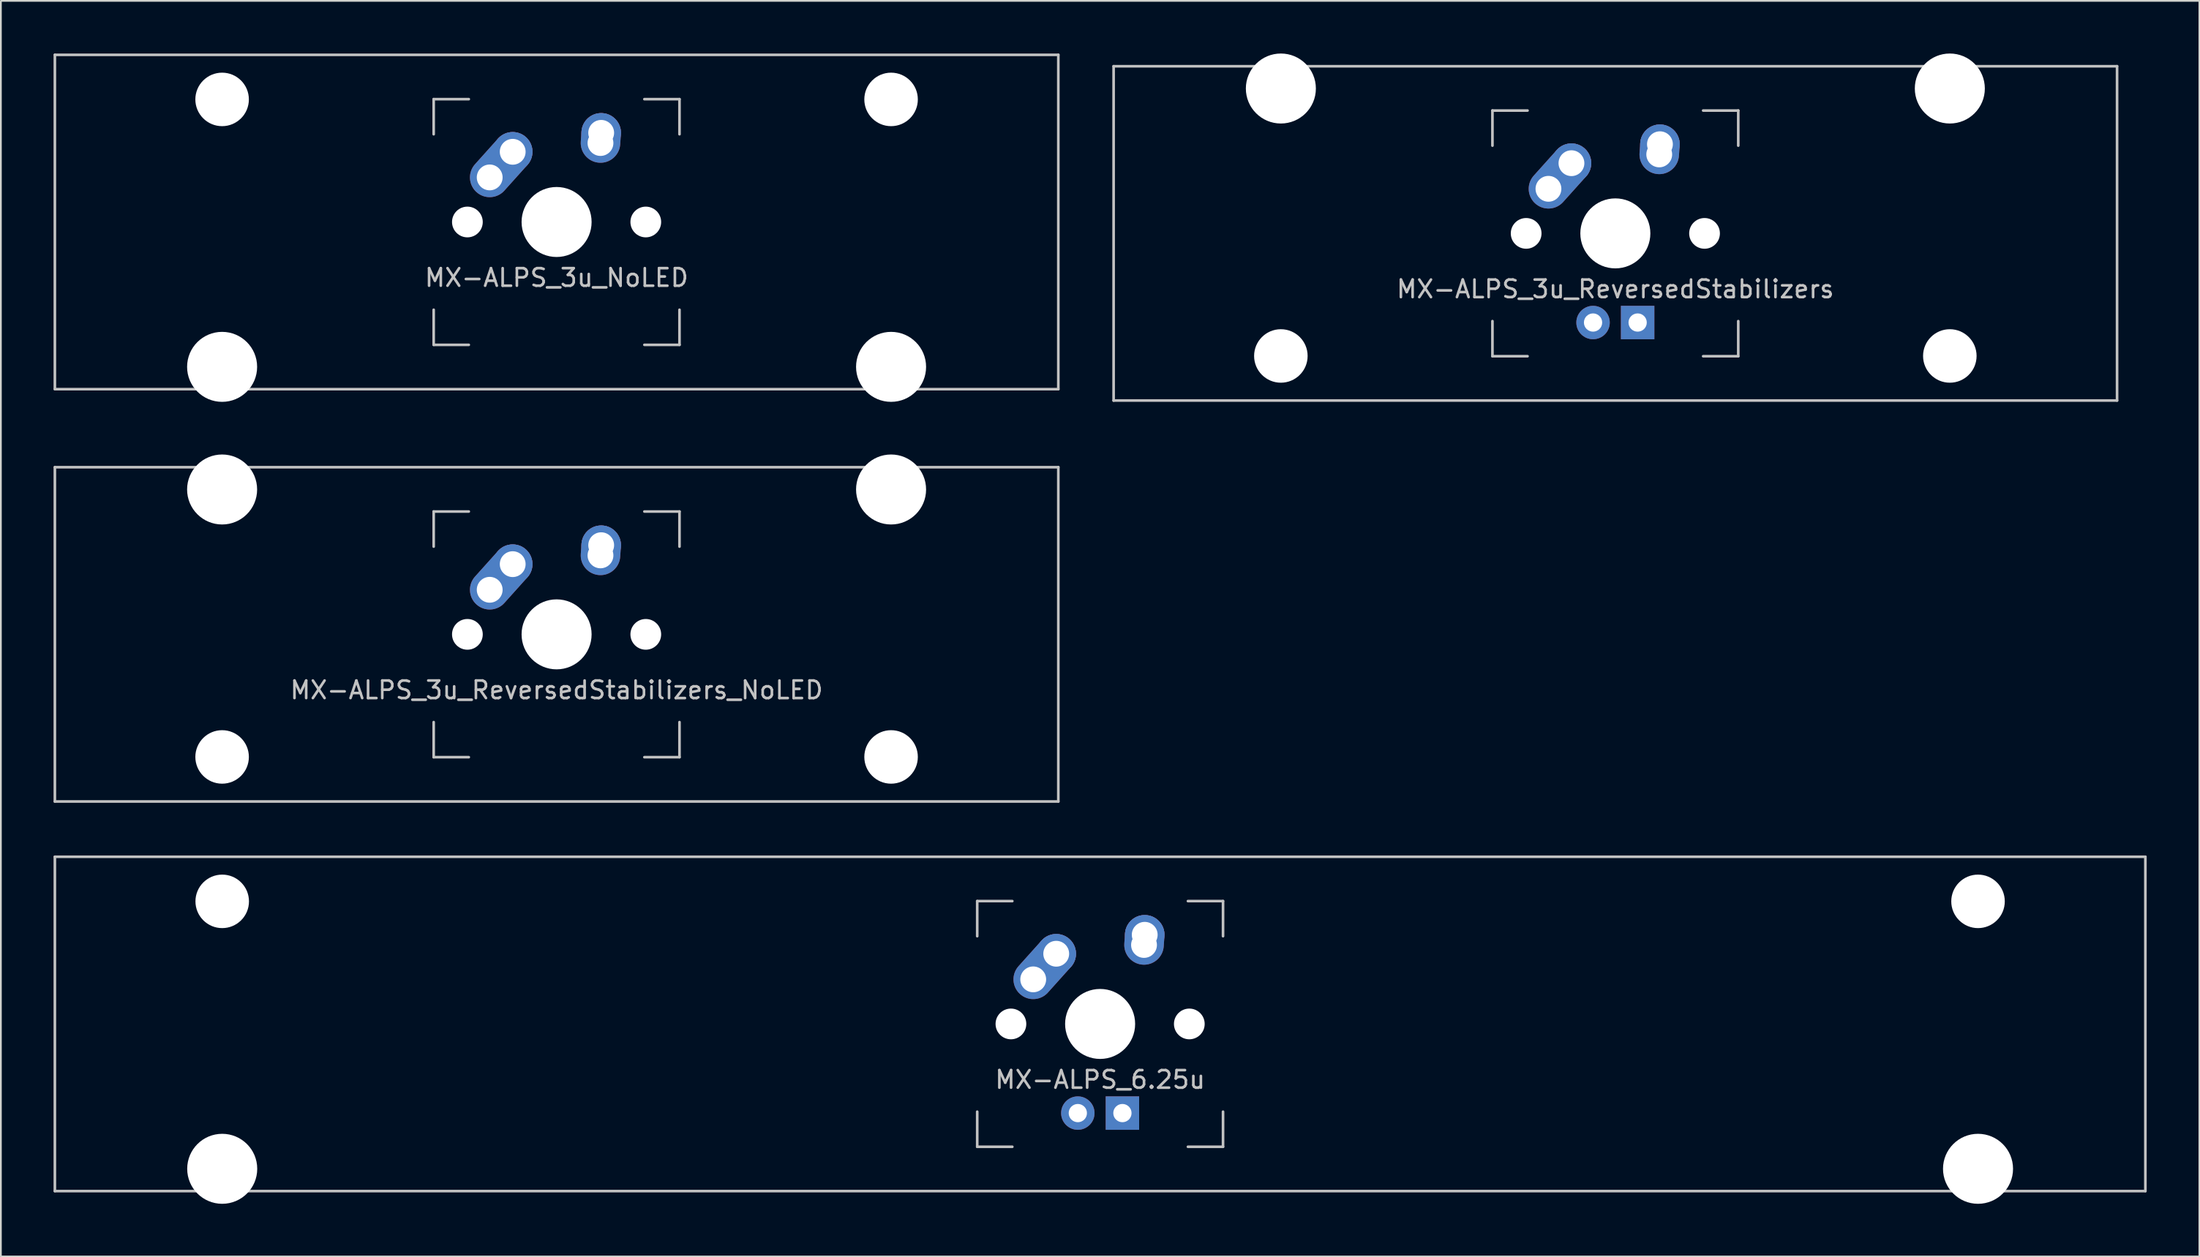
<source format=kicad_pcb>
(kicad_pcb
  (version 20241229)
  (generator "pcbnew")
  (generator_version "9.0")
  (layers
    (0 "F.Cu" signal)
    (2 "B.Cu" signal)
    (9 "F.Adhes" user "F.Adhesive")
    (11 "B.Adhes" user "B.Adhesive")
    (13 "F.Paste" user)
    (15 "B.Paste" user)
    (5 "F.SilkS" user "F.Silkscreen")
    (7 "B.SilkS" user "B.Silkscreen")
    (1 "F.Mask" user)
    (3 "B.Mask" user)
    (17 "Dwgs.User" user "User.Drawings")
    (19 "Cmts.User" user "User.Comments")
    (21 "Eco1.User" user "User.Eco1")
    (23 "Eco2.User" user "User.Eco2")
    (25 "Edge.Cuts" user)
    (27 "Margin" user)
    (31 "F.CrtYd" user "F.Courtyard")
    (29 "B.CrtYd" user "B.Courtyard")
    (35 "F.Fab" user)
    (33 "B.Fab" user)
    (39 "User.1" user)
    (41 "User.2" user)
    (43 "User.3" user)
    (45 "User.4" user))
  (footprint "MX-ALPS_6.25u"
    (layer "F.Cu")
    (at 59.606 55.298)
    (property "Reference" "MX-ALPS_6.25u" (at 0 3.175 0) (layer "Dwgs.User") (effects (font (size 1 1) (thickness 0.15))))
    (attr through_hole)
    (fp_line (start -59.531 -9.525) (end 59.531 -9.525) (stroke (width 0.15) (type solid)) (layer "Dwgs.User"))
    (fp_line (start -59.531 9.525) (end -59.531 -9.525) (stroke (width 0.15) (type solid)) (layer "Dwgs.User"))
    (fp_line (start -59.531 9.525) (end 59.531 9.525) (stroke (width 0.15) (type solid)) (layer "Dwgs.User"))
    (fp_line (start -7 -7) (end -7 -5) (stroke (width 0.15) (type solid)) (layer "Dwgs.User"))
    (fp_line (start -7 5) (end -7 7) (stroke (width 0.15) (type solid)) (layer "Dwgs.User"))
    (fp_line (start -7 7) (end -5 7) (stroke (width 0.15) (type solid)) (layer "Dwgs.User"))
    (fp_line (start -5 -7) (end -7 -7) (stroke (width 0.15) (type solid)) (layer "Dwgs.User"))
    (fp_line (start 5 -7) (end 7 -7) (stroke (width 0.15) (type solid)) (layer "Dwgs.User"))
    (fp_line (start 5 7) (end 7 7) (stroke (width 0.15) (type solid)) (layer "Dwgs.User"))
    (fp_line (start 7 -7) (end 7 -5) (stroke (width 0.15) (type solid)) (layer "Dwgs.User"))
    (fp_line (start 7 7) (end 7 5) (stroke (width 0.15) (type solid)) (layer "Dwgs.User"))
    (fp_line (start 59.531 -9.525) (end 59.531 9.525) (stroke (width 0.15) (type solid)) (layer "Dwgs.User"))
    (pad "" np_thru_hole circle (at -50 -6.985) (size 3.048 3.048) (drill 3.048) (layers "*.Cu" "*.Mask"))
    (pad "" np_thru_hole circle (at -50 8.255) (size 3.988 3.988) (drill 3.988) (layers "*.Cu" "*.Mask"))
    (pad "" np_thru_hole circle (at -5.08 0 48.1) (size 1.75 1.75) (drill 1.75) (layers "*.Cu" "*.Mask"))
    (pad "" np_thru_hole circle (at 0 0) (size 3.988 3.988) (drill 3.988) (layers "*.Cu" "*.Mask"))
    (pad "" np_thru_hole circle (at 5.08 0 48.1) (size 1.75 1.75) (drill 1.75) (layers "*.Cu" "*.Mask"))
    (pad "" np_thru_hole circle (at 50 -6.985) (size 3.048 3.048) (drill 3.048) (layers "*.Cu" "*.Mask"))
    (pad "" np_thru_hole circle (at 50 8.255) (size 3.988 3.988) (drill 3.988) (layers "*.Cu" "*.Mask"))
    (pad "1" thru_hole oval (at -3.81 -2.54 48.1) (size 4.212 2.25) (drill 1.47 (offset 0.981 0)) (layers "*.Cu" "B.Mask"))
    (pad "1" thru_hole circle (at -2.5 -4) (size 2.25 2.25) (drill 1.47) (layers "*.Cu" "B.Mask"))
    (pad "2" thru_hole oval (at 2.5 -4.5 86.055) (size 2.831 2.25) (drill 1.47 (offset 0.291 0)) (layers "*.Cu" "B.Mask"))
    (pad "2" thru_hole circle (at 2.54 -5.08) (size 2.25 2.25) (drill 1.47) (layers "*.Cu" "B.Mask"))
    (pad "3" thru_hole circle (at -1.27 5.08) (size 1.905 1.905) (drill 1.04) (layers "*.Cu" "B.Mask"))
    (pad "4" thru_hole rect (at 1.27 5.08) (size 1.905 1.905) (drill 1.04) (layers "*.Cu" "B.Mask")))
  (footprint "MX-ALPS_3u_NoLED"
    (layer "F.Cu")
    (at 28.65 9.6)
    (property "Reference" "MX-ALPS_3u_NoLED" (at 0 3.175 0) (layer "Dwgs.User") (effects (font (size 1 1) (thickness 0.15))))
    (attr through_hole)
    (fp_line (start -28.575 -9.525) (end 28.575 -9.525) (stroke (width 0.15) (type solid)) (layer "Dwgs.User"))
    (fp_line (start -28.575 9.525) (end -28.575 -9.525) (stroke (width 0.15) (type solid)) (layer "Dwgs.User"))
    (fp_line (start -28.575 9.525) (end 28.575 9.525) (stroke (width 0.15) (type solid)) (layer "Dwgs.User"))
    (fp_line (start -7 -7) (end -7 -5) (stroke (width 0.15) (type solid)) (layer "Dwgs.User"))
    (fp_line (start -7 5) (end -7 7) (stroke (width 0.15) (type solid)) (layer "Dwgs.User"))
    (fp_line (start -7 7) (end -5 7) (stroke (width 0.15) (type solid)) (layer "Dwgs.User"))
    (fp_line (start -5 -7) (end -7 -7) (stroke (width 0.15) (type solid)) (layer "Dwgs.User"))
    (fp_line (start 5 -7) (end 7 -7) (stroke (width 0.15) (type solid)) (layer "Dwgs.User"))
    (fp_line (start 5 7) (end 7 7) (stroke (width 0.15) (type solid)) (layer "Dwgs.User"))
    (fp_line (start 7 -7) (end 7 -5) (stroke (width 0.15) (type solid)) (layer "Dwgs.User"))
    (fp_line (start 7 7) (end 7 5) (stroke (width 0.15) (type solid)) (layer "Dwgs.User"))
    (fp_line (start 28.575 -9.525) (end 28.575 9.525) (stroke (width 0.15) (type solid)) (layer "Dwgs.User"))
    (pad "" np_thru_hole circle (at -19.05 -6.985) (size 3.048 3.048) (drill 3.048) (layers "*.Cu" "*.Mask"))
    (pad "" np_thru_hole circle (at -19.05 8.255) (size 3.988 3.988) (drill 3.988) (layers "*.Cu" "*.Mask"))
    (pad "" np_thru_hole circle (at -5.08 0 48.1) (size 1.75 1.75) (drill 1.75) (layers "*.Cu" "*.Mask"))
    (pad "" np_thru_hole circle (at 0 0) (size 3.988 3.988) (drill 3.988) (layers "*.Cu" "*.Mask"))
    (pad "" np_thru_hole circle (at 5.08 0 48.1) (size 1.75 1.75) (drill 1.75) (layers "*.Cu" "*.Mask"))
    (pad "" np_thru_hole circle (at 19.05 -6.985) (size 3.048 3.048) (drill 3.048) (layers "*.Cu" "*.Mask"))
    (pad "" np_thru_hole circle (at 19.05 8.255) (size 3.988 3.988) (drill 3.988) (layers "*.Cu" "*.Mask"))
    (pad "1" thru_hole oval (at -3.81 -2.54 48.1) (size 4.212 2.25) (drill 1.47 (offset 0.981 0)) (layers "*.Cu" "B.Mask"))
    (pad "1" thru_hole circle (at -2.5 -4) (size 2.25 2.25) (drill 1.47) (layers "*.Cu" "B.Mask"))
    (pad "2" thru_hole oval (at 2.5 -4.5 86.055) (size 2.831 2.25) (drill 1.47 (offset 0.291 0)) (layers "*.Cu" "B.Mask"))
    (pad "2" thru_hole circle (at 2.54 -5.08) (size 2.25 2.25) (drill 1.47) (layers "*.Cu" "B.Mask")))
  (footprint "MX-ALPS_3u_ReversedStabilizers_NoLED"
    (layer "F.Cu")
    (at 28.65 33.098)
    (property "Reference" "MX-ALPS_3u_ReversedStabilizers_NoLED" (at 0 3.175 0) (layer "Dwgs.User") (effects (font (size 1 1) (thickness 0.15))))
    (attr through_hole)
    (fp_line (start -28.575 -9.525) (end 28.575 -9.525) (stroke (width 0.15) (type solid)) (layer "Dwgs.User"))
    (fp_line (start -28.575 9.525) (end -28.575 -9.525) (stroke (width 0.15) (type solid)) (layer "Dwgs.User"))
    (fp_line (start -28.575 9.525) (end 28.575 9.525) (stroke (width 0.15) (type solid)) (layer "Dwgs.User"))
    (fp_line (start -7 -7) (end -7 -5) (stroke (width 0.15) (type solid)) (layer "Dwgs.User"))
    (fp_line (start -7 5) (end -7 7) (stroke (width 0.15) (type solid)) (layer "Dwgs.User"))
    (fp_line (start -7 7) (end -5 7) (stroke (width 0.15) (type solid)) (layer "Dwgs.User"))
    (fp_line (start -5 -7) (end -7 -7) (stroke (width 0.15) (type solid)) (layer "Dwgs.User"))
    (fp_line (start 5 -7) (end 7 -7) (stroke (width 0.15) (type solid)) (layer "Dwgs.User"))
    (fp_line (start 5 7) (end 7 7) (stroke (width 0.15) (type solid)) (layer "Dwgs.User"))
    (fp_line (start 7 -7) (end 7 -5) (stroke (width 0.15) (type solid)) (layer "Dwgs.User"))
    (fp_line (start 7 7) (end 7 5) (stroke (width 0.15) (type solid)) (layer "Dwgs.User"))
    (fp_line (start 28.575 -9.525) (end 28.575 9.525) (stroke (width 0.15) (type solid)) (layer "Dwgs.User"))
    (pad "" np_thru_hole circle (at -19.05 -8.255) (size 3.988 3.988) (drill 3.988) (layers "*.Cu" "*.Mask"))
    (pad "" np_thru_hole circle (at -19.05 6.985) (size 3.048 3.048) (drill 3.048) (layers "*.Cu" "*.Mask"))
    (pad "" np_thru_hole circle (at -5.08 0 48.1) (size 1.75 1.75) (drill 1.75) (layers "*.Cu" "*.Mask"))
    (pad "" np_thru_hole circle (at 0 0) (size 3.988 3.988) (drill 3.988) (layers "*.Cu" "*.Mask"))
    (pad "" np_thru_hole circle (at 5.08 0 48.1) (size 1.75 1.75) (drill 1.75) (layers "*.Cu" "*.Mask"))
    (pad "" np_thru_hole circle (at 19.05 -8.255) (size 3.988 3.988) (drill 3.988) (layers "*.Cu" "*.Mask"))
    (pad "" np_thru_hole circle (at 19.05 6.985) (size 3.048 3.048) (drill 3.048) (layers "*.Cu" "*.Mask"))
    (pad "1" thru_hole oval (at -3.81 -2.54 48.1) (size 4.212 2.25) (drill 1.47 (offset 0.981 0)) (layers "*.Cu" "B.Mask"))
    (pad "1" thru_hole circle (at -2.5 -4) (size 2.25 2.25) (drill 1.47) (layers "*.Cu" "B.Mask"))
    (pad "2" thru_hole oval (at 2.5 -4.5 86.055) (size 2.831 2.25) (drill 1.47 (offset 0.291 0)) (layers "*.Cu" "B.Mask"))
    (pad "2" thru_hole circle (at 2.54 -5.08) (size 2.25 2.25) (drill 1.47) (layers "*.Cu" "B.Mask")))
  (footprint "MX-ALPS_3u_ReversedStabilizers"
    (layer "F.Cu")
    (at 88.95 10.249)
    (property "Reference" "MX-ALPS_3u_ReversedStabilizers" (at 0 3.175 0) (layer "Dwgs.User") (effects (font (size 1 1) (thickness 0.15))))
    (attr through_hole)
    (fp_line (start -28.575 -9.525) (end 28.575 -9.525) (stroke (width 0.15) (type solid)) (layer "Dwgs.User"))
    (fp_line (start -28.575 9.525) (end -28.575 -9.525) (stroke (width 0.15) (type solid)) (layer "Dwgs.User"))
    (fp_line (start -28.575 9.525) (end 28.575 9.525) (stroke (width 0.15) (type solid)) (layer "Dwgs.User"))
    (fp_line (start -7 -7) (end -7 -5) (stroke (width 0.15) (type solid)) (layer "Dwgs.User"))
    (fp_line (start -7 5) (end -7 7) (stroke (width 0.15) (type solid)) (layer "Dwgs.User"))
    (fp_line (start -7 7) (end -5 7) (stroke (width 0.15) (type solid)) (layer "Dwgs.User"))
    (fp_line (start -5 -7) (end -7 -7) (stroke (width 0.15) (type solid)) (layer "Dwgs.User"))
    (fp_line (start 5 -7) (end 7 -7) (stroke (width 0.15) (type solid)) (layer "Dwgs.User"))
    (fp_line (start 5 7) (end 7 7) (stroke (width 0.15) (type solid)) (layer "Dwgs.User"))
    (fp_line (start 7 -7) (end 7 -5) (stroke (width 0.15) (type solid)) (layer "Dwgs.User"))
    (fp_line (start 7 7) (end 7 5) (stroke (width 0.15) (type solid)) (layer "Dwgs.User"))
    (fp_line (start 28.575 -9.525) (end 28.575 9.525) (stroke (width 0.15) (type solid)) (layer "Dwgs.User"))
    (pad "" np_thru_hole circle (at -19.05 -8.255) (size 3.988 3.988) (drill 3.988) (layers "*.Cu" "*.Mask"))
    (pad "" np_thru_hole circle (at -19.05 6.985) (size 3.048 3.048) (drill 3.048) (layers "*.Cu" "*.Mask"))
    (pad "" np_thru_hole circle (at -5.08 0 48.1) (size 1.75 1.75) (drill 1.75) (layers "*.Cu" "*.Mask"))
    (pad "" np_thru_hole circle (at 0 0) (size 3.988 3.988) (drill 3.988) (layers "*.Cu" "*.Mask"))
    (pad "" np_thru_hole circle (at 5.08 0 48.1) (size 1.75 1.75) (drill 1.75) (layers "*.Cu" "*.Mask"))
    (pad "" np_thru_hole circle (at 19.05 -8.255) (size 3.988 3.988) (drill 3.988) (layers "*.Cu" "*.Mask"))
    (pad "" np_thru_hole circle (at 19.05 6.985) (size 3.048 3.048) (drill 3.048) (layers "*.Cu" "*.Mask"))
    (pad "1" thru_hole oval (at -3.81 -2.54 48.1) (size 4.212 2.25) (drill 1.47 (offset 0.981 0)) (layers "*.Cu" "B.Mask"))
    (pad "1" thru_hole circle (at -2.5 -4) (size 2.25 2.25) (drill 1.47) (layers "*.Cu" "B.Mask"))
    (pad "2" thru_hole oval (at 2.5 -4.5 86.055) (size 2.831 2.25) (drill 1.47 (offset 0.291 0)) (layers "*.Cu" "B.Mask"))
    (pad "2" thru_hole circle (at 2.54 -5.08) (size 2.25 2.25) (drill 1.47) (layers "*.Cu" "B.Mask"))
    (pad "3" thru_hole circle (at -1.27 5.08) (size 1.905 1.905) (drill 1.04) (layers "*.Cu" "B.Mask"))
    (pad "4" thru_hole rect (at 1.27 5.08) (size 1.905 1.905) (drill 1.04) (layers "*.Cu" "B.Mask")))
  (gr_rect
    (start -3 -3)
    (end 122.213 68.547)
    (stroke (width 0.1) (type default))
    (fill no)
    (layer "Edge.Cuts")))
</source>
